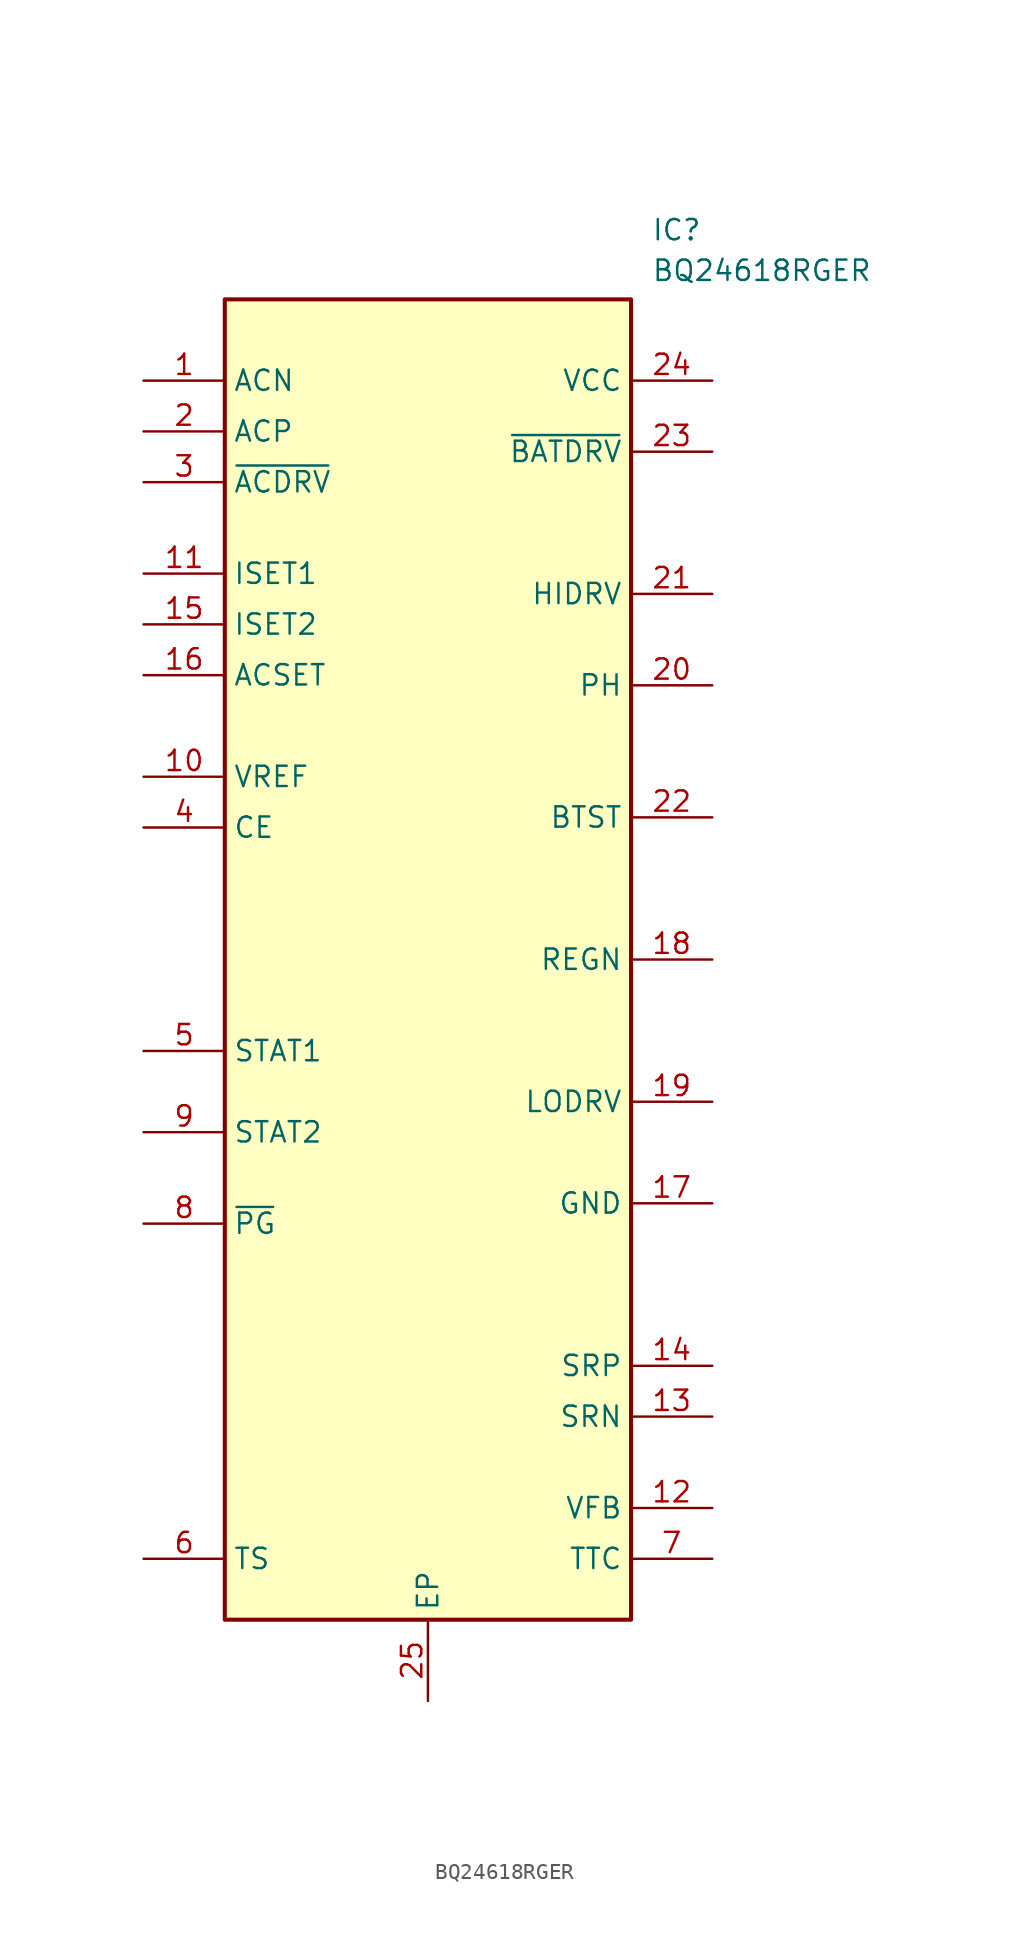
<source format=kicad_sym>
(kicad_symbol_lib
  (version 20220914)
  (generator kicad_symbol_editor)
  (symbol "BQ24618RGER"
    (property "Reference" "IC"
      (at 31.75 20.32 0)
      (effects (font (size 1.27 1.27)) (justify left top)))
    (property "Value" "BQ24618RGER"
      (at 31.75 17.78 0)
      (effects (font (size 1.27 1.27)) (justify left top)))
    (symbol "BQ24618RGER_1_1"
      (rectangle (start 5.08 15.24) (end 30.48 -67.31) (stroke (width 0.254) (type default)) (fill (type background)))
      (pin passive line (at 0 10.16 0) (length 5.08) (name "ACN" (effects (font (size 1.27 1.27)))) (number "1" (effects (font (size 1.27 1.27)))))
      (pin passive line (at 0 -14.605 0) (length 5.08) (name "VREF" (effects (font (size 1.27 1.27)))) (number "10" (effects (font (size 1.27 1.27)))))
      (pin passive line (at 0 -1.905 0) (length 5.08) (name "ISET1" (effects (font (size 1.27 1.27)))) (number "11" (effects (font (size 1.27 1.27)))))
      (pin passive line (at 35.56 -60.325 180) (length 5.08) (name "VFB" (effects (font (size 1.27 1.27)))) (number "12" (effects (font (size 1.27 1.27)))))
      (pin passive line (at 35.56 -54.61 180) (length 5.08) (name "SRN" (effects (font (size 1.27 1.27)))) (number "13" (effects (font (size 1.27 1.27)))))
      (pin passive line (at 35.56 -51.435 180) (length 5.08) (name "SRP" (effects (font (size 1.27 1.27)))) (number "14" (effects (font (size 1.27 1.27)))))
      (pin passive line (at 0 -5.08 0) (length 5.08) (name "ISET2" (effects (font (size 1.27 1.27)))) (number "15" (effects (font (size 1.27 1.27)))))
      (pin passive line (at 0 -8.255 0) (length 5.08) (name "ACSET" (effects (font (size 1.27 1.27)))) (number "16" (effects (font (size 1.27 1.27)))))
      (pin passive line (at 35.56 -41.275 180) (length 5.08) (name "GND" (effects (font (size 1.27 1.27)))) (number "17" (effects (font (size 1.27 1.27)))))
      (pin passive line (at 35.56 -26.035 180) (length 5.08) (name "REGN" (effects (font (size 1.27 1.27)))) (number "18" (effects (font (size 1.27 1.27)))))
      (pin passive line (at 35.56 -34.925 180) (length 5.08) (name "LODRV" (effects (font (size 1.27 1.27)))) (number "19" (effects (font (size 1.27 1.27)))))
      (pin passive line (at 0 6.985 0) (length 5.08) (name "ACP" (effects (font (size 1.27 1.27)))) (number "2" (effects (font (size 1.27 1.27)))))
      (pin passive line (at 35.56 -8.89 180) (length 5.08) (name "PH" (effects (font (size 1.27 1.27)))) (number "20" (effects (font (size 1.27 1.27)))))
      (pin passive line (at 35.56 -3.175 180) (length 5.08) (name "HIDRV" (effects (font (size 1.27 1.27)))) (number "21" (effects (font (size 1.27 1.27)))))
      (pin passive line (at 35.56 -17.145 180) (length 5.08) (name "BTST" (effects (font (size 1.27 1.27)))) (number "22" (effects (font (size 1.27 1.27)))))
      (pin passive line (at 35.56 5.715 180) (length 5.08) (name "~{BATDRV}" (effects (font (size 1.27 1.27)))) (number "23" (effects (font (size 1.27 1.27)))))
      (pin passive line (at 35.56 10.16 180) (length 5.08) (name "VCC" (effects (font (size 1.27 1.27)))) (number "24" (effects (font (size 1.27 1.27)))))
      (pin passive line (at 17.78 -72.39 90) (length 5.08) (name "EP" (effects (font (size 1.27 1.27)))) (number "25" (effects (font (size 1.27 1.27)))))
      (pin passive line (at 0 3.81 0) (length 5.08) (name "~{ACDRV}" (effects (font (size 1.27 1.27)))) (number "3" (effects (font (size 1.27 1.27)))))
      (pin passive line (at 0 -17.78 0) (length 5.08) (name "CE" (effects (font (size 1.27 1.27)))) (number "4" (effects (font (size 1.27 1.27)))))
      (pin passive line (at 0 -31.75 0) (length 5.08) (name "STAT1" (effects (font (size 1.27 1.27)))) (number "5" (effects (font (size 1.27 1.27)))))
      (pin passive line (at 0 -63.5 0) (length 5.08) (name "TS" (effects (font (size 1.27 1.27)))) (number "6" (effects (font (size 1.27 1.27)))))
      (pin passive line (at 35.56 -63.5 180) (length 5.08) (name "TTC" (effects (font (size 1.27 1.27)))) (number "7" (effects (font (size 1.27 1.27)))))
      (pin passive line (at 0 -42.545 0) (length 5.08) (name "~{PG}" (effects (font (size 1.27 1.27)))) (number "8" (effects (font (size 1.27 1.27)))))
      (pin passive line (at 0 -36.83 0) (length 5.08) (name "STAT2" (effects (font (size 1.27 1.27)))) (number "9" (effects (font (size 1.27 1.27))))))))
</source>
